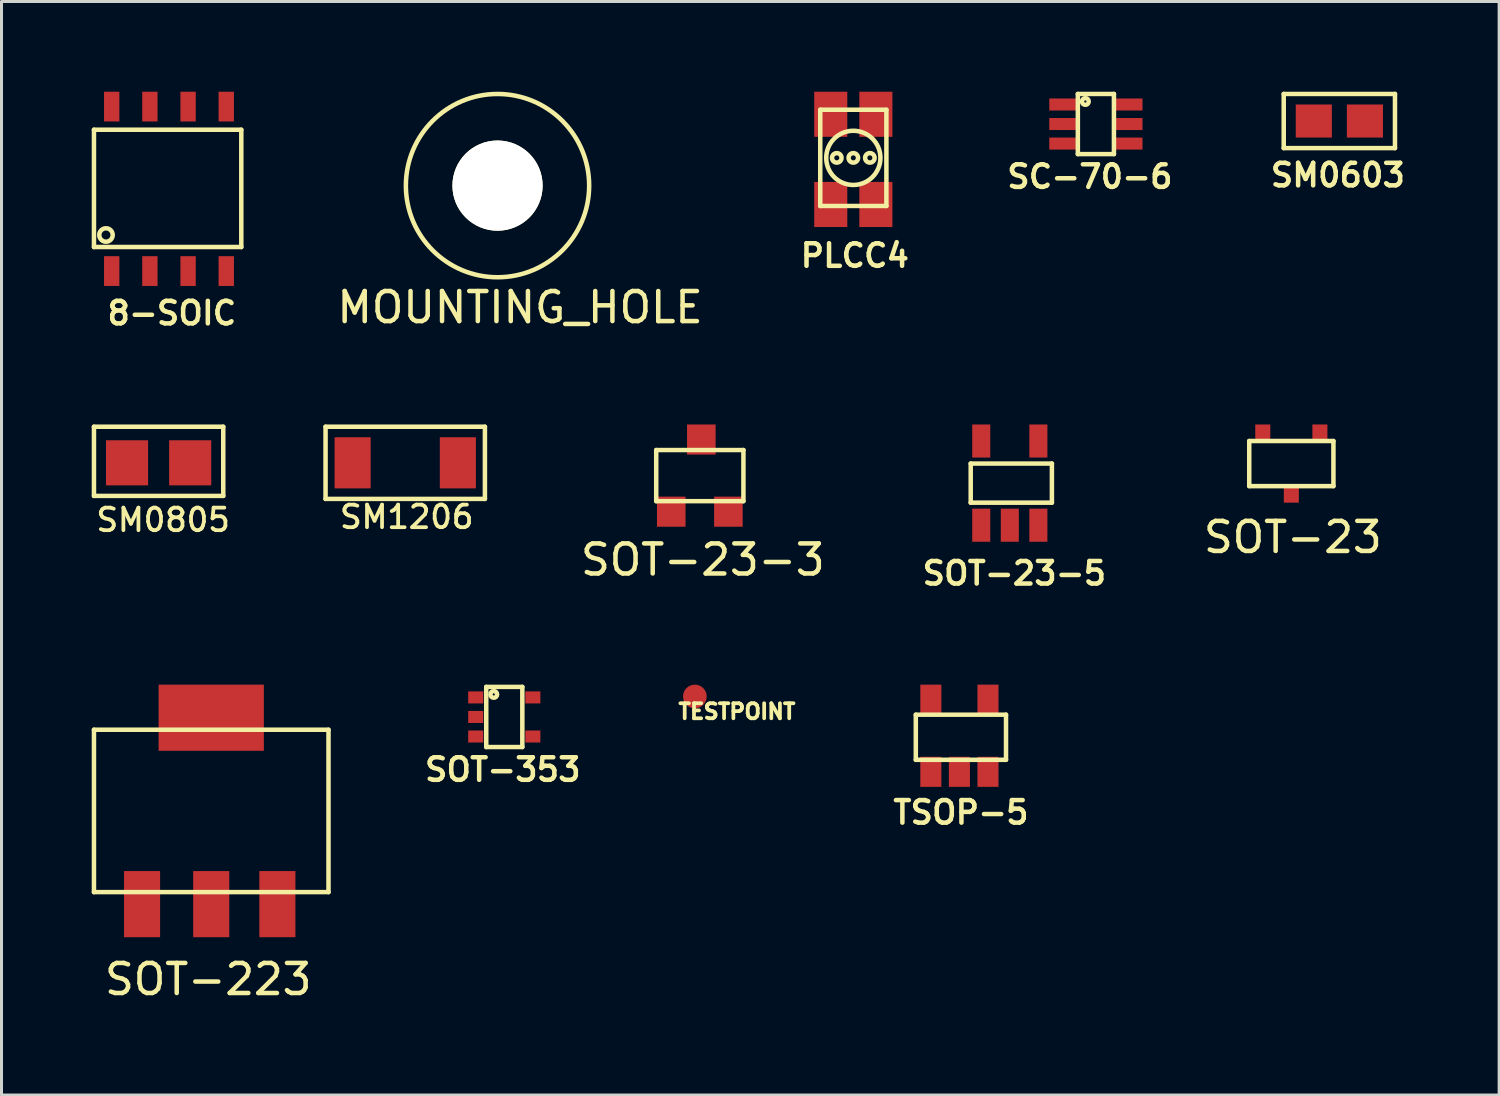
<source format=kicad_pcb>
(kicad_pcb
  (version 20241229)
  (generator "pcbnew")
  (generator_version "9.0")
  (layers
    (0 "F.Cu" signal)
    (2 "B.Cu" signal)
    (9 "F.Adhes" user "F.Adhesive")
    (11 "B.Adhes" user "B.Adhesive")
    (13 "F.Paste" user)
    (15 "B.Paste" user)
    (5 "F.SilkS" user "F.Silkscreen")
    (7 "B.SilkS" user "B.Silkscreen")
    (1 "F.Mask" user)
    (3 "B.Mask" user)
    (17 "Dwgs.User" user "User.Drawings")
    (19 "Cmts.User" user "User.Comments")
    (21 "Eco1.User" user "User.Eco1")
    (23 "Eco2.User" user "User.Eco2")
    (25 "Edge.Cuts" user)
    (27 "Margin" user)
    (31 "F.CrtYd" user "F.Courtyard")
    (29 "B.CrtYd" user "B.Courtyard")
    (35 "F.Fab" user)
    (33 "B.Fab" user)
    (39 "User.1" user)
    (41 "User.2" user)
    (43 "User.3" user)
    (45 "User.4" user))
  (footprint "8-SOIC"
    (layer "F.Cu")
    (at 2.565 3.215)
    (property "Reference" "8-SOIC" (at 0.1 4.15 0) (layer "F.SilkS") (effects (font (size 0.75 0.75) (thickness 0.15))))
    (attr through_hole)
    (fp_line (start -2.49 -1.95) (end 2.41 -1.95) (stroke (width 0.15) (type solid)) (layer "F.SilkS"))
    (fp_line (start -2.49 1.95) (end -2.49 -1.95) (stroke (width 0.15) (type solid)) (layer "F.SilkS"))
    (fp_line (start 2.41 -1.95) (end 2.41 1.95) (stroke (width 0.15) (type solid)) (layer "F.SilkS"))
    (fp_line (start 2.41 1.95) (end -2.49 1.95) (stroke (width 0.15) (type solid)) (layer "F.SilkS"))
    (fp_circle (center -2.09 1.55) (end -1.99 1.75) (stroke (width 0.15) (type solid)) (fill no) (layer "F.SilkS"))
    (pad "1" smd rect (at -1.9 2.75) (size 0.51 0.99) (layers "F.Cu" "F.Mask" "F.Paste"))
    (pad "2" smd rect (at -0.63 2.75) (size 0.51 0.99) (layers "F.Cu" "F.Mask" "F.Paste"))
    (pad "3" smd rect (at 0.64 2.75) (size 0.51 0.99) (layers "F.Cu" "F.Mask" "F.Paste"))
    (pad "4" smd rect (at 1.91 2.75) (size 0.51 0.99) (layers "F.Cu" "F.Mask" "F.Paste"))
    (pad "5" smd rect (at 1.91 -2.72) (size 0.51 0.99) (layers "F.Cu" "F.Mask" "F.Paste"))
    (pad "6" smd rect (at 0.64 -2.72) (size 0.51 0.99) (layers "F.Cu" "F.Mask" "F.Paste"))
    (pad "7" smd rect (at -0.63 -2.72) (size 0.51 0.99) (layers "F.Cu" "F.Mask" "F.Paste"))
    (pad "8" smd rect (at -1.9 -2.72) (size 0.51 0.99) (layers "F.Cu" "F.Mask" "F.Paste")))
  (footprint "TSOP-5"
    (layer "F.Cu")
    (at 28.907 21.469)
    (property "Reference" "TSOP-5" (at 0 2.5 0) (layer "F.SilkS") (effects (font (size 0.75 0.75) (thickness 0.15))))
    (attr through_hole)
    (fp_line (start -1.5 -0.75) (end 1.5 -0.75) (stroke (width 0.15) (type solid)) (layer "F.SilkS"))
    (fp_line (start -1.5 0.75) (end -1.5 -0.75) (stroke (width 0.15) (type solid)) (layer "F.SilkS"))
    (fp_line (start 1.5 -0.75) (end 1.5 0.75) (stroke (width 0.15) (type solid)) (layer "F.SilkS"))
    (fp_line (start 1.5 0.75) (end -1.5 0.75) (stroke (width 0.15) (type solid)) (layer "F.SilkS"))
    (pad "1" smd rect (at -1 1.15) (size 0.7 1) (layers "F.Cu" "F.Mask" "F.Paste"))
    (pad "2" smd rect (at -0.05 1.15) (size 0.7 1) (layers "F.Cu" "F.Mask" "F.Paste"))
    (pad "3" smd rect (at 0.9 1.15) (size 0.7 1) (layers "F.Cu" "F.Mask" "F.Paste"))
    (pad "4" smd rect (at 0.9 -1.25) (size 0.7 1) (layers "F.Cu" "F.Mask" "F.Paste"))
    (pad "5" smd rect (at -1 -1.25) (size 0.7 1) (layers "F.Cu" "F.Mask" "F.Paste")))
  (footprint "SC-70-6"
    (layer "F.Cu")
    (at 33.396 1.075)
    (property "Reference" "SC-70-6" (at -0.2 1.75 0) (layer "F.SilkS") (effects (font (size 0.75 0.75) (thickness 0.15))))
    (attr through_hole)
    (fp_line (start -0.6 -1) (end -0.6 1) (stroke (width 0.15) (type solid)) (layer "F.SilkS"))
    (fp_line (start -0.6 -1) (end 0.6 -1) (stroke (width 0.15) (type solid)) (layer "F.SilkS"))
    (fp_line (start -0.6 1) (end 0.6 1) (stroke (width 0.15) (type solid)) (layer "F.SilkS"))
    (fp_line (start 0.6 -1) (end 0.6 1) (stroke (width 0.15) (type solid)) (layer "F.SilkS"))
    (fp_circle (center -0.35 -0.75) (end -0.3 -0.65) (stroke (width 0.15) (type solid)) (fill no) (layer "F.SilkS"))
    (pad "1" smd rect (at -1.1 -0.65) (size 0.9 0.4) (layers "F.Cu" "F.Mask" "F.Paste"))
    (pad "2" smd rect (at -1.1 0) (size 0.9 0.4) (layers "F.Cu" "F.Mask" "F.Paste"))
    (pad "3" smd rect (at -1.1 0.65) (size 0.9 0.4) (layers "F.Cu" "F.Mask" "F.Paste"))
    (pad "4" smd rect (at 1.1 0.65) (size 0.9 0.4) (layers "F.Cu" "F.Mask" "F.Paste"))
    (pad "5" smd rect (at 1.1 0) (size 0.9 0.4) (layers "F.Cu" "F.Mask" "F.Paste"))
    (pad "6" smd rect (at 1.1 -0.65) (size 0.9 0.4) (layers "F.Cu" "F.Mask" "F.Paste")))
  (footprint "SOT-23-3"
    (layer "F.Cu")
    (at 20.274 12.767)
    (property "Reference" "SOT-23-3" (at 0.05 2.8 0) (layer "F.SilkS") (effects (font (size 1 1) (thickness 0.15))))
    (attr through_hole)
    (fp_line (start -1.5 -0.85) (end 1.4 -0.85) (stroke (width 0.15) (type solid)) (layer "F.SilkS"))
    (fp_line (start -1.5 0.85) (end -1.5 -0.85) (stroke (width 0.15) (type solid)) (layer "F.SilkS"))
    (fp_line (start 1.4 -0.85) (end 1.4 0.85) (stroke (width 0.15) (type solid)) (layer "F.SilkS"))
    (fp_line (start 1.4 0.85) (end -1.5 0.85) (stroke (width 0.15) (type solid)) (layer "F.SilkS"))
    (pad "1" smd rect (at -1 1.2) (size 0.95 1) (layers "F.Cu" "F.Mask" "F.Paste"))
    (pad "2" smd rect (at 0.9 1.2) (size 0.95 1) (layers "F.Cu" "F.Mask" "F.Paste"))
    (pad "3" smd rect (at 0 -1.2) (size 0.95 1) (layers "F.Cu" "F.Mask" "F.Paste")))
  (footprint "SM1206"
    (layer "F.Cu")
    (at 10.427 12.342)
    (property "Reference" "SM1206" (at 0.05 1.8 0) (layer "F.SilkS") (effects (font (size 0.75 0.75) (thickness 0.125))))
    (attr through_hole)
    (fp_line (start -2.65 -1.2) (end 2.65 -1.2) (stroke (width 0.15) (type solid)) (layer "F.SilkS"))
    (fp_line (start -2.65 1.2) (end -2.65 -1.2) (stroke (width 0.15) (type solid)) (layer "F.SilkS"))
    (fp_line (start 2.65 -1.2) (end 2.65 1.2) (stroke (width 0.15) (type solid)) (layer "F.SilkS"))
    (fp_line (start 2.65 1.2) (end -2.65 1.2) (stroke (width 0.15) (type solid)) (layer "F.SilkS"))
    (pad "1" smd rect (at -1.75 0) (size 1.2 1.7) (layers "F.Cu" "F.Mask" "F.Paste"))
    (pad "2" smd rect (at 1.75 0) (size 1.2 1.7) (layers "F.Cu" "F.Mask" "F.Paste")))
  (footprint "SOT-353"
    (layer "F.Cu")
    (at 13.771 20.744)
    (property "Reference" "SOT-353" (at -0.1 1.8 0) (layer "F.SilkS") (effects (font (size 0.75 0.75) (thickness 0.15))))
    (attr through_hole)
    (fp_line (start -0.65 -0.95) (end -0.65 1.05) (stroke (width 0.15) (type solid)) (layer "F.SilkS"))
    (fp_line (start -0.65 -0.95) (end 0.55 -0.95) (stroke (width 0.15) (type solid)) (layer "F.SilkS"))
    (fp_line (start -0.65 1.05) (end 0.55 1.05) (stroke (width 0.15) (type solid)) (layer "F.SilkS"))
    (fp_line (start 0.55 -0.95) (end 0.55 1.05) (stroke (width 0.15) (type solid)) (layer "F.SilkS"))
    (fp_circle (center -0.4 -0.7) (end -0.35 -0.6) (stroke (width 0.15) (type solid)) (fill no) (layer "F.SilkS"))
    (pad "1" smd rect (at -1 -0.6) (size 0.5 0.4) (layers "F.Cu" "F.Mask" "F.Paste"))
    (pad "2" smd rect (at -1 0.05) (size 0.5 0.4) (layers "F.Cu" "F.Mask" "F.Paste"))
    (pad "3" smd rect (at -1 0.7) (size 0.5 0.4) (layers "F.Cu" "F.Mask" "F.Paste"))
    (pad "4" smd rect (at 0.9 0.7) (size 0.5 0.4) (layers "F.Cu" "F.Mask" "F.Paste"))
    (pad "5" smd rect (at 0.9 -0.6) (size 0.5 0.4) (layers "F.Cu" "F.Mask" "F.Paste")))
  (footprint "SOT-223"
    (layer "F.Cu")
    (at 1.675 27.019)
    (property "Reference" "SOT-223" (at 2.2 2.5 0) (layer "F.SilkS") (effects (font (size 1 1) (thickness 0.15))))
    (attr through_hole)
    (fp_line (start -1.6 -5.8) (end -1.6 -0.4) (stroke (width 0.15) (type solid)) (layer "F.SilkS"))
    (fp_line (start -1.6 -0.4) (end 6.2 -0.4) (stroke (width 0.15) (type solid)) (layer "F.SilkS"))
    (fp_line (start 6.2 -5.8) (end -1.6 -5.8) (stroke (width 0.15) (type solid)) (layer "F.SilkS"))
    (fp_line (start 6.2 -0.4) (end 6.2 -5.8) (stroke (width 0.15) (type solid)) (layer "F.SilkS"))
    (pad "1" smd rect (at 0 0) (size 1.2 2.2) (layers "F.Cu" "F.Mask" "F.Paste"))
    (pad "2" smd rect (at 2.3 -6.2) (size 3.5 2.2) (layers "F.Cu" "F.Mask" "F.Paste"))
    (pad "2" smd rect (at 2.3 0) (size 1.2 2.2) (layers "F.Cu" "F.Mask" "F.Paste"))
    (pad "3" smd rect (at 4.5 0) (size 1.2 2.2) (layers "F.Cu" "F.Mask" "F.Paste")))
  (footprint "TESTPOINT"
    (layer "F.Cu")
    (at 20.059 20.113)
    (property "Reference" "TESTPOINT" (at 1.4 0.5 0) (layer "F.SilkS") (effects (font (size 0.5 0.5) (thickness 0.125))))
    (attr through_hole)
    (pad "1" smd circle (at 0 0) (size 0.787 0.787) (layers "F.Cu" "F.Mask" "F.Paste")))
  (footprint "SM0603"
    (layer "F.Cu")
    (at 41.493 0.975)
    (property "Reference" "SM0603" (at -0.05 1.8 0) (layer "F.SilkS") (effects (font (size 0.75 0.75) (thickness 0.15))))
    (attr through_hole)
    (fp_line (start -1.85 -0.9) (end 1.85 -0.9) (stroke (width 0.15) (type solid)) (layer "F.SilkS"))
    (fp_line (start -1.85 0.9) (end -1.85 -0.9) (stroke (width 0.15) (type solid)) (layer "F.SilkS"))
    (fp_line (start 1.85 -0.9) (end 1.85 0.9) (stroke (width 0.15) (type solid)) (layer "F.SilkS"))
    (fp_line (start 1.85 0.9) (end -1.85 0.9) (stroke (width 0.15) (type solid)) (layer "F.SilkS"))
    (pad "1" smd rect (at -0.85 0) (size 1.2 1.1) (layers "F.Cu" "F.Mask" "F.Paste"))
    (pad "2" smd rect (at 0.85 0) (size 1.2 1.1) (layers "F.Cu" "F.Mask" "F.Paste")))
  (footprint "SOT-23-5"
    (layer "F.Cu")
    (at 30.583 13.017)
    (property "Reference" "SOT-23-5" (at 0.1 3 0) (layer "F.SilkS") (effects (font (size 0.75 0.75) (thickness 0.15))))
    (attr through_hole)
    (fp_line (start -1.35 -0.65) (end -1.35 0.65) (stroke (width 0.15) (type solid)) (layer "F.SilkS"))
    (fp_line (start 1.35 -0.65) (end -1.35 -0.65) (stroke (width 0.15) (type solid)) (layer "F.SilkS"))
    (fp_line (start 1.35 -0.65) (end 1.35 0.65) (stroke (width 0.15) (type solid)) (layer "F.SilkS"))
    (fp_line (start 1.35 0.65) (end -1.35 0.65) (stroke (width 0.15) (type solid)) (layer "F.SilkS"))
    (pad "1" smd rect (at -1 1.4) (size 0.6 1.1) (layers "F.Cu" "F.Mask" "F.Paste"))
    (pad "2" smd rect (at -0.05 1.4) (size 0.6 1.1) (layers "F.Cu" "F.Mask" "F.Paste"))
    (pad "3" smd rect (at 0.9 1.4) (size 0.6 1.1) (layers "F.Cu" "F.Mask" "F.Paste"))
    (pad "4" smd rect (at 0.9 -1.4) (size 0.6 1.1) (layers "F.Cu" "F.Mask" "F.Paste"))
    (pad "5" smd rect (at -1 -1.4) (size 0.6 1.1) (layers "F.Cu" "F.Mask" "F.Paste")))
  (footprint "SOT-23"
    (layer "F.Cu")
    (at 39.896 12.217)
    (property "Reference" "SOT-23" (at 0.05 2.6 0) (layer "F.SilkS") (effects (font (size 1 1) (thickness 0.15))))
    (attr through_hole)
    (fp_line (start -1.4 -0.6) (end 1.4 -0.6) (stroke (width 0.15) (type solid)) (layer "F.SilkS"))
    (fp_line (start -1.4 0.9) (end -1.4 -0.6) (stroke (width 0.15) (type solid)) (layer "F.SilkS"))
    (fp_line (start 1.4 -0.6) (end 1.4 0.9) (stroke (width 0.15) (type solid)) (layer "F.SilkS"))
    (fp_line (start 1.4 0.9) (end -1.4 0.9) (stroke (width 0.15) (type solid)) (layer "F.SilkS"))
    (pad "1" smd rect (at 0.95 -0.85) (size 0.5 0.6) (layers "F.Cu" "F.Mask" "F.Paste"))
    (pad "2" smd rect (at -0.95 -0.85) (size 0.5 0.6) (layers "F.Cu" "F.Mask" "F.Paste"))
    (pad "3" smd rect (at 0 1.15) (size 0.5 0.6) (layers "F.Cu" "F.Mask" "F.Paste")))
  (footprint "SM0805"
    (layer "F.Cu")
    (at 2.175 12.342)
    (property "Reference" "SM0805" (at 0.2 1.9 0) (layer "F.SilkS") (effects (font (size 0.75 0.75) (thickness 0.125))))
    (attr through_hole)
    (fp_line (start -2.1 -1.2) (end 2.2 -1.2) (stroke (width 0.15) (type solid)) (layer "F.SilkS"))
    (fp_line (start -2.1 1.1) (end -2.1 -1.2) (stroke (width 0.15) (type solid)) (layer "F.SilkS"))
    (fp_line (start 2.2 -1.2) (end 2.2 1.1) (stroke (width 0.15) (type solid)) (layer "F.SilkS"))
    (fp_line (start 2.2 1.1) (end -2.1 1.1) (stroke (width 0.15) (type solid)) (layer "F.SilkS"))
    (pad "1" smd rect (at -1 0) (size 1.4 1.5) (layers "F.Cu" "F.Mask" "F.Paste"))
    (pad "2" smd rect (at 1.1 0) (size 1.4 1.5) (layers "F.Cu" "F.Mask" "F.Paste")))
  (footprint "MOUNTING_HOLE"
    (layer "F.Cu")
    (at 13.496 3.123)
    (property "Reference" "MOUNTING_HOLE" (at 0.75 4.05 0) (layer "F.SilkS") (effects (font (size 1 1) (thickness 0.15))))
    (attr through_hole)
    (fp_circle (center 0 0) (end 2.3 2) (stroke (width 0.15) (type solid)) (fill no) (layer "F.SilkS"))
    (pad "" np_thru_hole circle (at 0 0) (size 3 3) (drill 3) (layers "*.Mask" "F.Cu" "F.SilkS")))
  (footprint "PLCC4"
    (layer "F.Cu")
    (at 24.579 0.75)
    (property "Reference" "PLCC4" (at 0.8 4.7 0) (layer "F.SilkS") (effects (font (size 0.75 0.75) (thickness 0.15))))
    (attr through_hole)
    (fp_line (start -0.35 -0.15) (end 1.85 -0.15) (stroke (width 0.15) (type solid)) (layer "F.SilkS"))
    (fp_line (start -0.35 3.05) (end -0.35 -0.15) (stroke (width 0.15) (type solid)) (layer "F.SilkS"))
    (fp_line (start 1.85 -0.15) (end 1.85 3.05) (stroke (width 0.15) (type solid)) (layer "F.SilkS"))
    (fp_line (start 1.85 3.05) (end -0.35 3.05) (stroke (width 0.15) (type solid)) (layer "F.SilkS"))
    (fp_circle (center 0.2 1.45) (end 0.25 1.6) (stroke (width 0.15) (type solid)) (fill no) (layer "F.SilkS"))
    (fp_circle (center 0.75 1.45) (end 0.8 1.6) (stroke (width 0.15) (type solid)) (fill no) (layer "F.SilkS"))
    (fp_circle (center 0.75 1.45) (end 1.5 1.95) (stroke (width 0.15) (type solid)) (fill no) (layer "F.SilkS"))
    (fp_circle (center 1.3 1.45) (end 1.35 1.6) (stroke (width 0.15) (type solid)) (fill no) (layer "F.SilkS"))
    (pad "1" connect rect (at 1.5 0) (size 1.1 1.5) (layers "F.Cu" "F.Mask"))
    (pad "2" connect rect (at 0 0) (size 1.1 1.5) (layers "F.Cu" "F.Mask"))
    (pad "3" connect rect (at 0 3) (size 1.1 1.5) (layers "F.Cu" "F.Mask"))
    (pad "4" connect rect (at 1.5 3) (size 1.1 1.5) (layers "F.Cu" "F.Mask")))
  (gr_rect
    (start -3 -3)
    (end 46.807 33.367)
    (stroke (width 0.1) (type default))
    (fill no)
    (layer "Edge.Cuts")))
</source>
